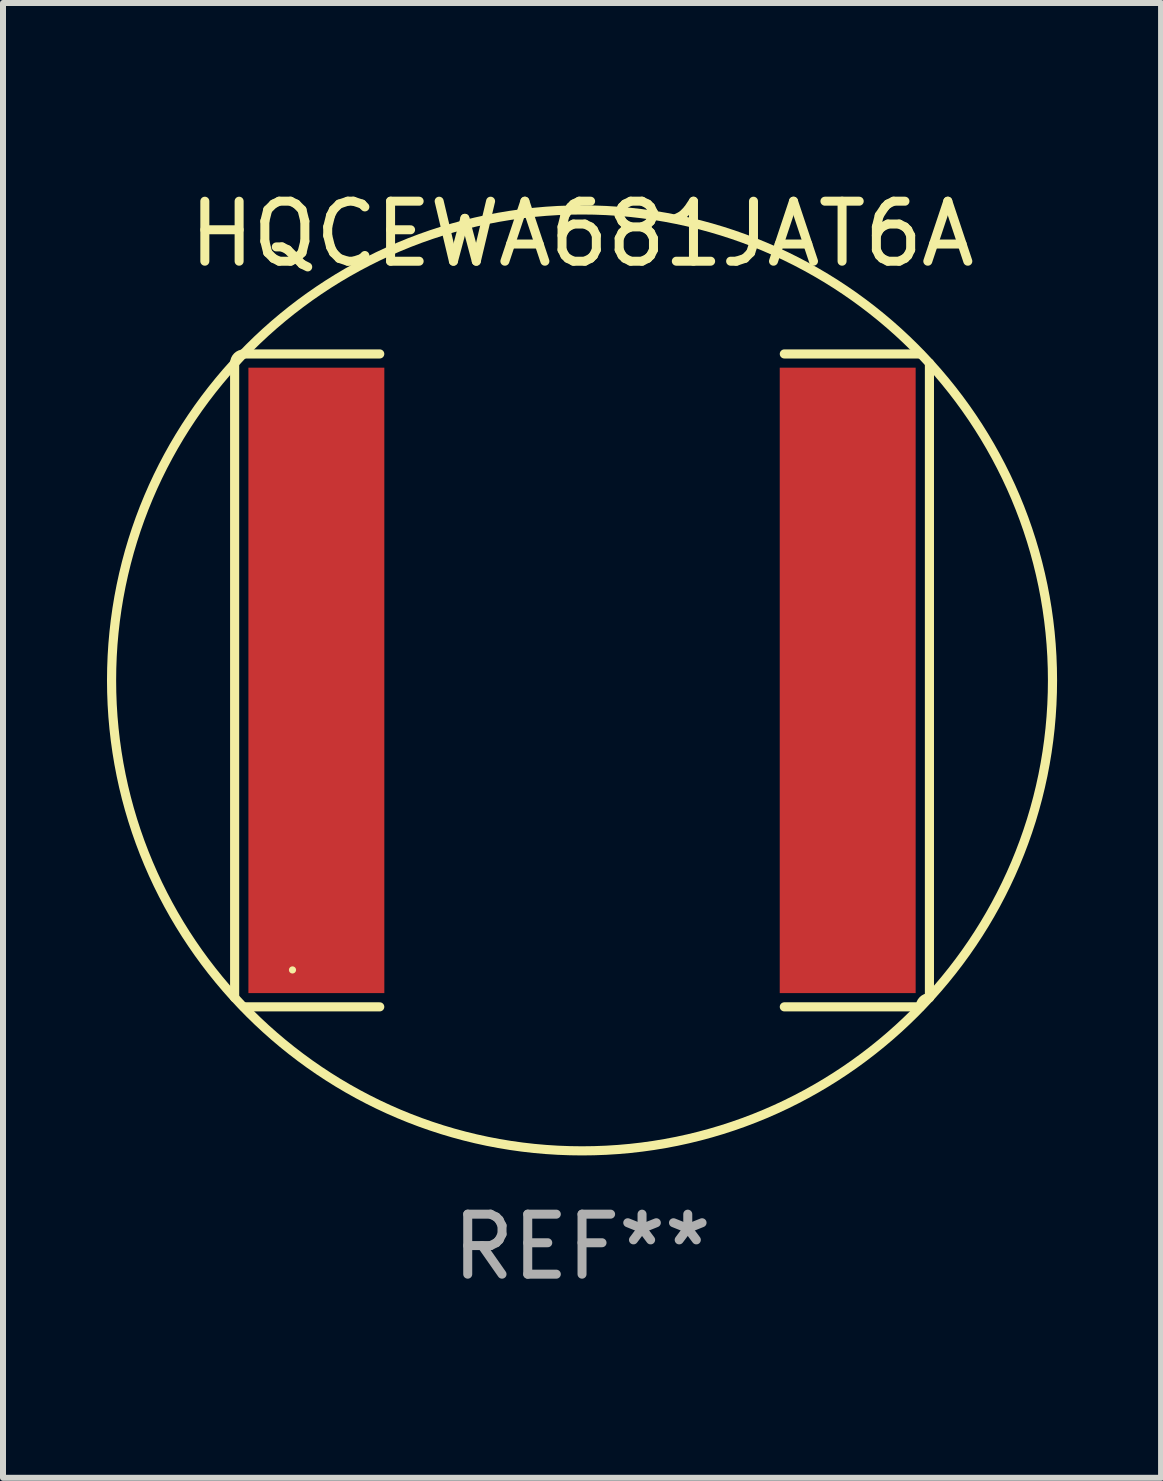
<source format=kicad_pcb>
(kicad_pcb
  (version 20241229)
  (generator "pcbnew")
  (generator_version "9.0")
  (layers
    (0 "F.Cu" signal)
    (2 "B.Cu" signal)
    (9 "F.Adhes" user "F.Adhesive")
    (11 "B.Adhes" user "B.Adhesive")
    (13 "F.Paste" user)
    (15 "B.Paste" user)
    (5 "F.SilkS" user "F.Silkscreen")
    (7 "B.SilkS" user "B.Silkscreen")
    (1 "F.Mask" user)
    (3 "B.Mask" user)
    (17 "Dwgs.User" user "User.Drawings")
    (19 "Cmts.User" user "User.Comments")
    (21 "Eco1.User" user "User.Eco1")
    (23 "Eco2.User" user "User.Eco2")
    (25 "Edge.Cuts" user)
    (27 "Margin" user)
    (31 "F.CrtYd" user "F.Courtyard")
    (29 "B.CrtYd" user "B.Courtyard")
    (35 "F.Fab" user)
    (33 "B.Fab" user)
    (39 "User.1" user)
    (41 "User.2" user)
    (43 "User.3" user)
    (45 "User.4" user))
  (footprint "HQCEWA681JAT6A"
    (layer "F.Cu")
    (at 6.649 8.288)
    (property "Reference" "HQCEWA681JAT6A" (at 0 -7.44 0) (layer "F.SilkS") (effects (font (size 1 1) (thickness 0.15))))
    (attr through_hole)
    (fp_line (start -5.789 -5.287) (end -5.789 5.287) (stroke (width 0.152) (type solid)) (layer "F.SilkS"))
    (fp_line (start -5.636 5.44) (end -3.371 5.44) (stroke (width 0.152) (type solid)) (layer "F.SilkS"))
    (fp_line (start -3.371 -5.44) (end -5.636 -5.44) (stroke (width 0.152) (type solid)) (layer "F.SilkS"))
    (fp_line (start 3.371 -5.44) (end 5.636 -5.44) (stroke (width 0.152) (type solid)) (layer "F.SilkS"))
    (fp_line (start 5.636 5.44) (end 3.371 5.44) (stroke (width 0.152) (type solid)) (layer "F.SilkS"))
    (fp_line (start 5.789 -5.287) (end 5.789 5.287) (stroke (width 0.152) (type solid)) (layer "F.SilkS"))
    (fp_arc (start -5.7886 -5.287201) (mid -5.743963 -5.394964) (end -5.6362 -5.439601) (stroke (width 0.1524) (type solid)) (layer "F.SilkS"))
    (fp_arc (start -5.7886 5.287201) (mid 5.788578 -5.287179) (end -5.7886 5.287201) (stroke (width 0.1524) (type solid)) (layer "F.SilkS"))
    (fp_arc (start 5.6362 5.439601) (mid 5.680837 5.331838) (end 5.7886 5.287201) (stroke (width 0.1524) (type solid)) (layer "F.SilkS"))
    (fp_circle (center -4.825 4.825) (end -4.795 4.825) (stroke (width 0.06) (type solid)) (fill no) (layer "F.SilkS"))
    (fp_text user "REF**" (at 0 9.44 0) (layer "F.Fab") (effects (font (size 1 1) (thickness 0.15))))
    (pad "1" smd rect (at -4.427 0) (size 2.265 10.422) (layers "F.Cu" "F.Mask" "F.Paste"))
    (pad "2" smd rect (at 4.427 0) (size 2.265 10.422) (layers "F.Cu" "F.Mask" "F.Paste")))
  (gr_rect
    (start -3 -3)
    (end 16.298 21.576)
    (stroke (width 0.1) (type default))
    (fill no)
    (layer "Edge.Cuts")))
</source>
